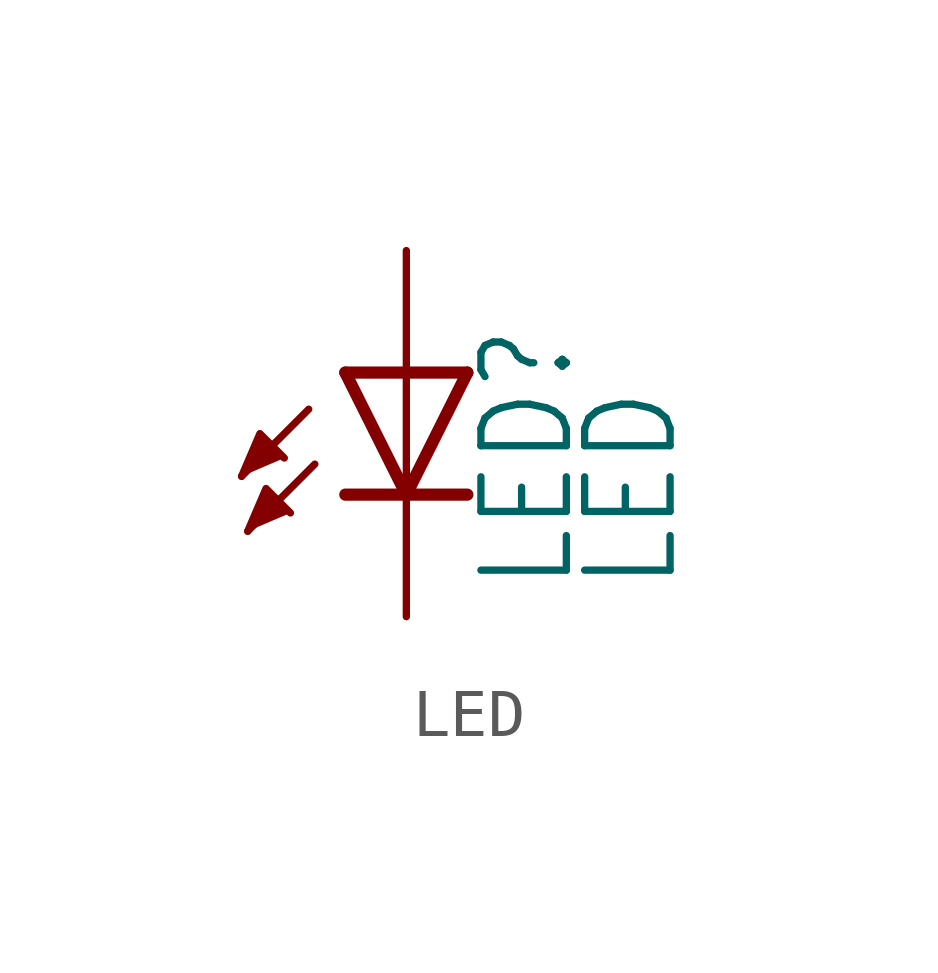
<source format=kicad_sym>
(kicad_symbol_lib
  (version 20201005)
  (generator kicad_symbol_editor)
  (symbol "LED"
    (property "Reference" "LED"
      (at 3.556 -4.572 90)
      (effects (font (size 1.778 1.511)) (justify left bottom)))
    (property "Value" "LED"
      (at 5.715 -4.572 90)
      (effects (font (size 1.778 1.511)) (justify left bottom)))
    (property "ki_locked" ""
      (at 0 0 0)
      (effects (font (size 1.27 1.27))))
    (symbol "LED_1_0"
      (polyline (pts (xy 1.27 0) (xy 0 -2.54)) (stroke (width 0.254)) (fill (type none)))
      (polyline (pts (xy 0 -2.54) (xy -1.27 0)) (stroke (width 0.254)) (fill (type none)))
      (polyline (pts (xy 1.27 -2.54) (xy 0 -2.54)) (stroke (width 0.254)) (fill (type none)))
      (polyline (pts (xy 0 -2.54) (xy -1.27 -2.54)) (stroke (width 0.254)) (fill (type none)))
      (polyline (pts (xy 1.27 0) (xy 0 0)) (stroke (width 0.254)) (fill (type none)))
      (polyline (pts (xy 0 0) (xy -1.27 0)) (stroke (width 0.254)) (fill (type none)))
      (polyline (pts (xy 0 0) (xy 0 -2.54)) (stroke (width 0.152)) (fill (type none)))
      (polyline (pts (xy -2.032 -0.762) (xy -3.429 -2.159)) (stroke (width 0.152)) (fill (type none)))
      (polyline (pts (xy -1.905 -1.905) (xy -3.302 -3.302)) (stroke (width 0.152)) (fill (type none)))
      (polyline (pts (xy -3.429 -2.159) (xy -3.048 -1.27) (xy -2.54 -1.778)) (stroke (width 0)) (fill (type outline)))
      (polyline (pts (xy -3.302 -3.302) (xy -2.921 -2.413) (xy -2.413 -2.921)) (stroke (width 0)) (fill (type outline)))
      (pin passive line (at 0 -5.08 90) (length 2.54) (name "C" (effects (font (size 0 0)))) (number "C@1" (effects (font (size 0 0)))))
      (pin passive line (at 0 2.54 270) (length 2.54) (name "A" (effects (font (size 0 0)))) (number "A@1" (effects (font (size 0 0))))))))
</source>
